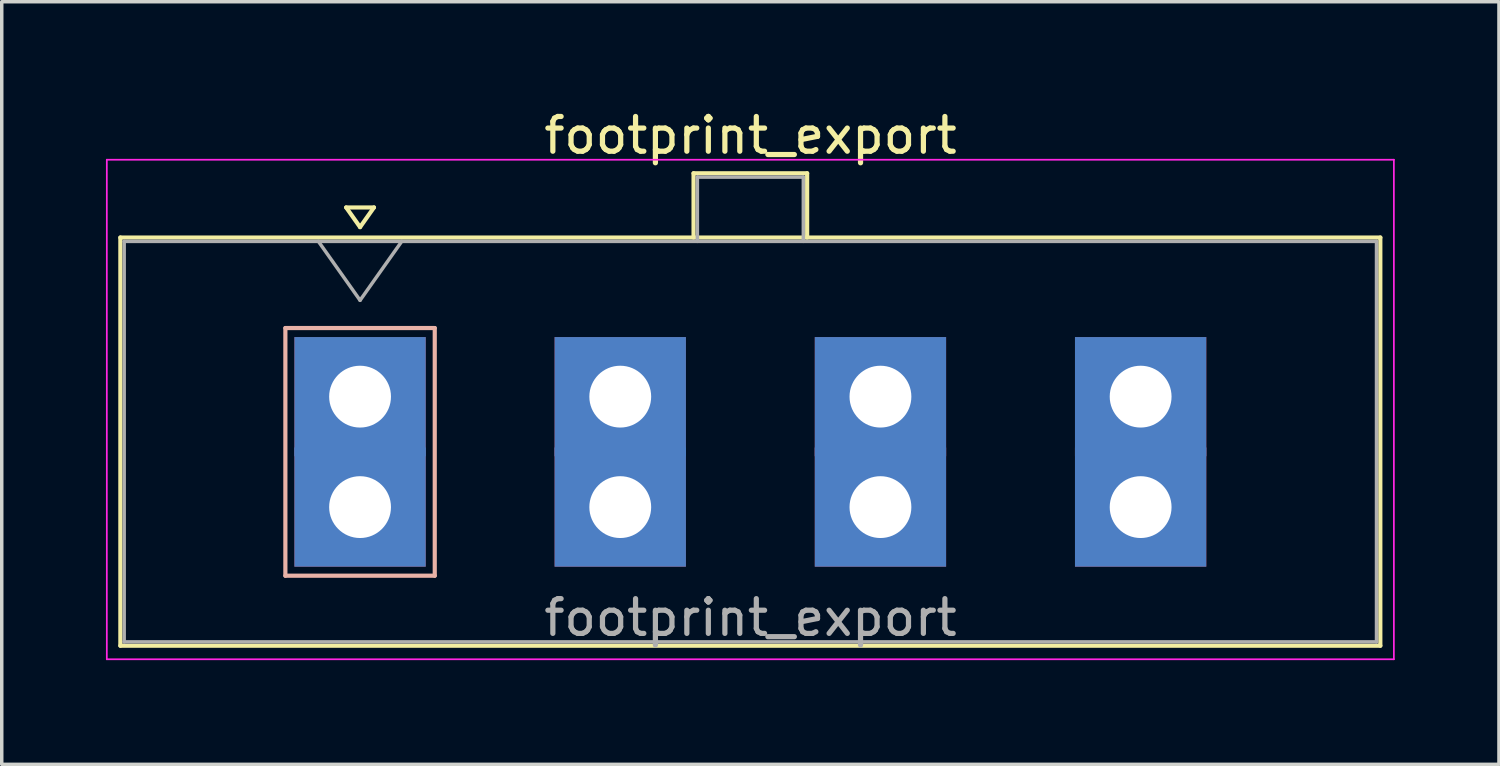
<source format=kicad_pcb>
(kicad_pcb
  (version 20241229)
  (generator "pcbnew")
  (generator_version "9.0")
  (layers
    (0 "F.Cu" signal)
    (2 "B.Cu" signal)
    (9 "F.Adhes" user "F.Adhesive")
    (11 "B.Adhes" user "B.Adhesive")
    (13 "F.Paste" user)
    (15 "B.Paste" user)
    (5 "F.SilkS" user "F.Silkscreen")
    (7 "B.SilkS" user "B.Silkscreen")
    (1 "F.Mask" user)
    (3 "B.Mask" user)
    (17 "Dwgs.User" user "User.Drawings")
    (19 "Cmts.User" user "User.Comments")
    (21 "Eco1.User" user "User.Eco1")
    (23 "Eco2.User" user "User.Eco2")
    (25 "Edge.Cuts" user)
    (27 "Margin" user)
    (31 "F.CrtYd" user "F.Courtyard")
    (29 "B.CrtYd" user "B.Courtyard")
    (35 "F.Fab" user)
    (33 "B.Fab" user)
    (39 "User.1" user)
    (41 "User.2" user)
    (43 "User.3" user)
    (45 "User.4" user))
  (footprint "footprint_export"
    (layer "F.Cu")
    (at 7.315 11.548)
    (property "Reference" "footprint_export" (at 11.24 -10.7 0) (layer "F.SilkS") (effects (font (size 1 1) (thickness 0.15))))
    (attr through_hole)
    (fp_line (start -6.9 -7.76) (end -6.9 3.99) (stroke (width 0.12) (type solid)) (layer "F.SilkS"))
    (fp_line (start -6.9 3.99) (end 29.37 3.99) (stroke (width 0.12) (type solid)) (layer "F.SilkS"))
    (fp_line (start -0.4 -8.626) (end 0 -8.06) (stroke (width 0.12) (type solid)) (layer "F.SilkS"))
    (fp_line (start 0 -8.06) (end 0.4 -8.626) (stroke (width 0.12) (type solid)) (layer "F.SilkS"))
    (fp_line (start 0.4 -8.626) (end -0.4 -8.626) (stroke (width 0.12) (type solid)) (layer "F.SilkS"))
    (fp_line (start 9.6 -9.61) (end 12.87 -9.61) (stroke (width 0.12) (type solid)) (layer "F.SilkS"))
    (fp_line (start 9.6 -7.76) (end 9.6 -9.61) (stroke (width 0.12) (type solid)) (layer "F.SilkS"))
    (fp_line (start 12.87 -9.61) (end 12.87 -7.76) (stroke (width 0.12) (type solid)) (layer "F.SilkS"))
    (fp_line (start 29.37 -7.76) (end -6.9 -7.76) (stroke (width 0.12) (type solid)) (layer "F.SilkS"))
    (fp_line (start 29.37 3.99) (end 29.37 -7.76) (stroke (width 0.12) (type solid)) (layer "F.SilkS"))
    (fp_line (start -2.15 -5.155) (end -2.15 1.975) (stroke (width 0.12) (type solid)) (layer "B.SilkS"))
    (fp_line (start -2.15 1.975) (end 2.15 1.975) (stroke (width 0.12) (type solid)) (layer "B.SilkS"))
    (fp_line (start 2.15 -5.155) (end -2.15 -5.155) (stroke (width 0.12) (type solid)) (layer "B.SilkS"))
    (fp_line (start 2.15 1.975) (end 2.15 -5.155) (stroke (width 0.12) (type solid)) (layer "B.SilkS"))
    (fp_line (start -7.29 -10) (end -7.29 4.38) (stroke (width 0.05) (type solid)) (layer "F.CrtYd"))
    (fp_line (start -7.29 4.38) (end 29.76 4.38) (stroke (width 0.05) (type solid)) (layer "F.CrtYd"))
    (fp_line (start 29.76 -10) (end -7.29 -10) (stroke (width 0.05) (type solid)) (layer "F.CrtYd"))
    (fp_line (start 29.76 4.38) (end 29.76 -10) (stroke (width 0.05) (type solid)) (layer "F.CrtYd"))
    (fp_line (start -6.79 -7.65) (end -6.79 3.88) (stroke (width 0.1) (type solid)) (layer "F.Fab"))
    (fp_line (start -6.79 3.88) (end 29.26 3.88) (stroke (width 0.1) (type solid)) (layer "F.Fab"))
    (fp_line (start -1.2 -7.65) (end 0 -5.953) (stroke (width 0.1) (type solid)) (layer "F.Fab"))
    (fp_line (start 0 -5.953) (end 1.2 -7.65) (stroke (width 0.1) (type solid)) (layer "F.Fab"))
    (fp_line (start 9.71 -9.5) (end 12.76 -9.5) (stroke (width 0.1) (type solid)) (layer "F.Fab"))
    (fp_line (start 9.71 -7.65) (end 9.71 -9.5) (stroke (width 0.1) (type solid)) (layer "F.Fab"))
    (fp_line (start 12.76 -9.5) (end 12.76 -7.65) (stroke (width 0.1) (type solid)) (layer "F.Fab"))
    (fp_line (start 29.26 -7.65) (end -6.79 -7.65) (stroke (width 0.1) (type solid)) (layer "F.Fab"))
    (fp_line (start 29.26 3.88) (end 29.26 -7.65) (stroke (width 0.1) (type solid)) (layer "F.Fab"))
    (fp_text user "${REFERENCE}" (at 11.24 3.18 0) (layer "F.Fab") (effects (font (size 1 1) (thickness 0.15))))
    (pad "1" thru_hole rect (at 0 -3.18) (size 3.78 3.43) (drill 1.78) (layers "*.Cu" "*.Mask"))
    (pad "1" thru_hole rect (at 0 0) (size 3.78 3.43) (drill 1.78) (layers "*.Cu" "*.Mask"))
    (pad "2" thru_hole rect (at 7.49 -3.18) (size 3.78 3.43) (drill 1.78) (layers "*.Cu" "*.Mask"))
    (pad "2" thru_hole rect (at 7.49 0) (size 3.78 3.43) (drill 1.78) (layers "*.Cu" "*.Mask"))
    (pad "3" thru_hole rect (at 14.98 -3.18) (size 3.78 3.43) (drill 1.78) (layers "*.Cu" "*.Mask"))
    (pad "3" thru_hole rect (at 14.98 0) (size 3.78 3.43) (drill 1.78) (layers "*.Cu" "*.Mask"))
    (pad "4" thru_hole rect (at 22.47 -3.18) (size 3.78 3.43) (drill 1.78) (layers "*.Cu" "*.Mask"))
    (pad "4" thru_hole rect (at 22.47 0) (size 3.78 3.43) (drill 1.78) (layers "*.Cu" "*.Mask")))
  (gr_rect
    (start -3 -3)
    (end 40.1 18.953)
    (stroke (width 0.1) (type default))
    (fill no)
    (layer "Edge.Cuts")))
</source>
